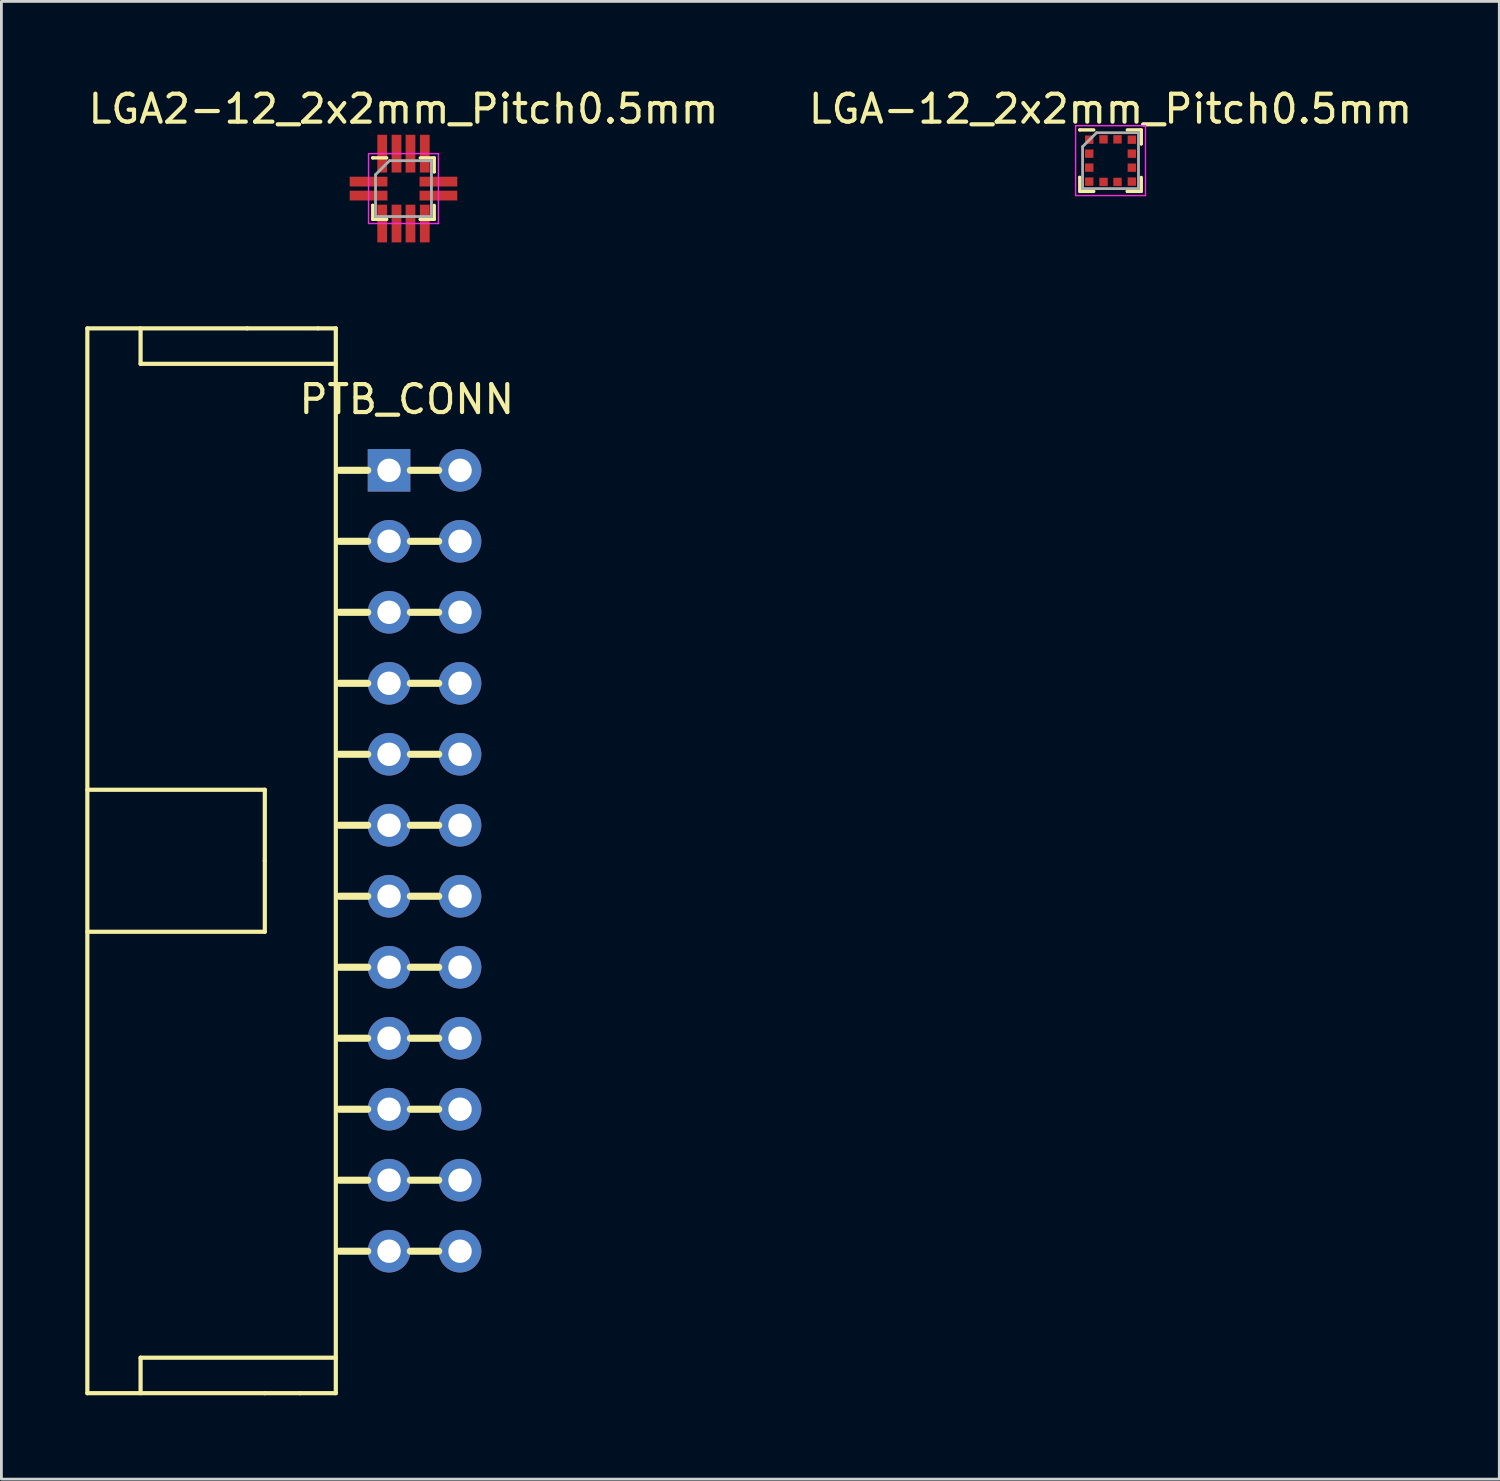
<source format=kicad_pcb>
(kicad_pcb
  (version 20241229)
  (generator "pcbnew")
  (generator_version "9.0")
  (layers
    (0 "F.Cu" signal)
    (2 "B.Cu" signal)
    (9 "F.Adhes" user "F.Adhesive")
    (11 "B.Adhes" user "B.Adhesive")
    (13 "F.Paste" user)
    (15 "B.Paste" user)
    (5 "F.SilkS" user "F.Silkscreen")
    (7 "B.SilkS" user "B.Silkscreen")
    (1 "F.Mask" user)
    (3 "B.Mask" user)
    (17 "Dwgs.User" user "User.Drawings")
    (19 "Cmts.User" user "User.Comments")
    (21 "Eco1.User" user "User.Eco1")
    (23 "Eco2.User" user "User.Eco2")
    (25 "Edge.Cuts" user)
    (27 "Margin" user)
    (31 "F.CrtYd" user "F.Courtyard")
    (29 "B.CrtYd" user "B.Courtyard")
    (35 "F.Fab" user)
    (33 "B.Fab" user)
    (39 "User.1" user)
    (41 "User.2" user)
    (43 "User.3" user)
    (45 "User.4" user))
  (footprint "PTB_CONN"
    (layer "F.Cu")
    (at 13.41 13.778)
    (property "Reference" "PTB_CONN" (at -1.905 -2.54 0) (layer "F.SilkS") (effects (font (size 1 1) (thickness 0.15))))
    (attr through_hole)
    (fp_line (start -13.335 -5.08) (end -7.62 -5.08) (stroke (width 0.15) (type solid)) (layer "F.SilkS"))
    (fp_line (start -13.335 33.02) (end -13.335 -5.08) (stroke (width 0.15) (type solid)) (layer "F.SilkS"))
    (fp_line (start -11.43 -5.08) (end -11.43 -3.81) (stroke (width 0.15) (type solid)) (layer "F.SilkS"))
    (fp_line (start -11.43 -3.81) (end -4.445 -3.81) (stroke (width 0.15) (type solid)) (layer "F.SilkS"))
    (fp_line (start -11.43 31.75) (end -11.43 33.02) (stroke (width 0.15) (type solid)) (layer "F.SilkS"))
    (fp_line (start -6.985 11.43) (end -13.335 11.43) (stroke (width 0.15) (type solid)) (layer "F.SilkS"))
    (fp_line (start -6.985 13.97) (end -6.985 11.43) (stroke (width 0.15) (type solid)) (layer "F.SilkS"))
    (fp_line (start -6.985 13.97) (end -6.985 16.51) (stroke (width 0.15) (type solid)) (layer "F.SilkS"))
    (fp_line (start -6.985 16.51) (end -13.335 16.51) (stroke (width 0.15) (type solid)) (layer "F.SilkS"))
    (fp_line (start -6.985 33.02) (end -13.335 33.02) (stroke (width 0.15) (type solid)) (layer "F.SilkS"))
    (fp_line (start -6.985 33.02) (end -5.715 33.02) (stroke (width 0.15) (type solid)) (layer "F.SilkS"))
    (fp_line (start -5.08 -5.08) (end -7.62 -5.08) (stroke (width 0.15) (type solid)) (layer "F.SilkS"))
    (fp_line (start -5.08 -5.08) (end -4.445 -5.08) (stroke (width 0.15) (type solid)) (layer "F.SilkS"))
    (fp_line (start -4.445 -5.08) (end -4.445 33.02) (stroke (width 0.15) (type solid)) (layer "F.SilkS"))
    (fp_line (start -4.445 31.75) (end -11.43 31.75) (stroke (width 0.15) (type solid)) (layer "F.SilkS"))
    (fp_line (start -4.445 33.02) (end -5.715 33.02) (stroke (width 0.15) (type solid)) (layer "F.SilkS"))
    (fp_line (start -4.318 0) (end -3.302 0) (stroke (width 0.254) (type solid)) (layer "F.SilkS"))
    (fp_line (start -4.318 2.54) (end -3.302 2.54) (stroke (width 0.254) (type solid)) (layer "F.SilkS"))
    (fp_line (start -4.318 5.08) (end -3.302 5.08) (stroke (width 0.254) (type solid)) (layer "F.SilkS"))
    (fp_line (start -4.318 7.62) (end -3.302 7.62) (stroke (width 0.254) (type solid)) (layer "F.SilkS"))
    (fp_line (start -4.318 10.16) (end -3.302 10.16) (stroke (width 0.254) (type solid)) (layer "F.SilkS"))
    (fp_line (start -4.318 12.7) (end -3.302 12.7) (stroke (width 0.254) (type solid)) (layer "F.SilkS"))
    (fp_line (start -4.318 15.24) (end -3.302 15.24) (stroke (width 0.254) (type solid)) (layer "F.SilkS"))
    (fp_line (start -4.318 17.78) (end -3.302 17.78) (stroke (width 0.254) (type solid)) (layer "F.SilkS"))
    (fp_line (start -4.318 20.32) (end -3.302 20.32) (stroke (width 0.254) (type solid)) (layer "F.SilkS"))
    (fp_line (start -4.318 22.86) (end -3.302 22.86) (stroke (width 0.254) (type solid)) (layer "F.SilkS"))
    (fp_line (start -4.318 25.4) (end -3.302 25.4) (stroke (width 0.254) (type solid)) (layer "F.SilkS"))
    (fp_line (start -4.318 27.94) (end -3.302 27.94) (stroke (width 0.254) (type solid)) (layer "F.SilkS"))
    (fp_line (start -1.778 0) (end -0.762 0) (stroke (width 0.254) (type solid)) (layer "F.SilkS"))
    (fp_line (start -1.778 2.54) (end -0.762 2.54) (stroke (width 0.254) (type solid)) (layer "F.SilkS"))
    (fp_line (start -1.778 5.08) (end -0.762 5.08) (stroke (width 0.254) (type solid)) (layer "F.SilkS"))
    (fp_line (start -1.778 7.62) (end -0.762 7.62) (stroke (width 0.254) (type solid)) (layer "F.SilkS"))
    (fp_line (start -1.778 10.16) (end -0.762 10.16) (stroke (width 0.254) (type solid)) (layer "F.SilkS"))
    (fp_line (start -1.778 12.7) (end -0.762 12.7) (stroke (width 0.254) (type solid)) (layer "F.SilkS"))
    (fp_line (start -1.778 15.24) (end -0.762 15.24) (stroke (width 0.254) (type solid)) (layer "F.SilkS"))
    (fp_line (start -1.778 17.78) (end -0.762 17.78) (stroke (width 0.254) (type solid)) (layer "F.SilkS"))
    (fp_line (start -1.778 20.32) (end -0.762 20.32) (stroke (width 0.254) (type solid)) (layer "F.SilkS"))
    (fp_line (start -1.778 22.86) (end -0.762 22.86) (stroke (width 0.254) (type solid)) (layer "F.SilkS"))
    (fp_line (start -1.778 25.4) (end -0.762 25.4) (stroke (width 0.254) (type solid)) (layer "F.SilkS"))
    (fp_line (start -1.778 27.94) (end -0.762 27.94) (stroke (width 0.254) (type solid)) (layer "F.SilkS"))
    (pad "1" thru_hole rect (at -2.54 0) (size 1.524 1.524) (drill 0.838) (layers "*.Cu" "*.Mask"))
    (pad "2" thru_hole circle (at -2.54 2.54) (size 1.524 1.524) (drill 0.838) (layers "*.Cu" "*.Mask"))
    (pad "3" thru_hole circle (at -2.54 5.08) (size 1.524 1.524) (drill 0.838) (layers "*.Cu" "*.Mask"))
    (pad "4" thru_hole circle (at -2.54 7.62) (size 1.524 1.524) (drill 0.838) (layers "*.Cu" "*.Mask"))
    (pad "5" thru_hole circle (at -2.54 10.16) (size 1.524 1.524) (drill 0.838) (layers "*.Cu" "*.Mask"))
    (pad "6" thru_hole circle (at -2.54 12.7) (size 1.524 1.524) (drill 0.838) (layers "*.Cu" "*.Mask"))
    (pad "7" thru_hole circle (at -2.54 15.24) (size 1.524 1.524) (drill 0.838) (layers "*.Cu" "*.Mask"))
    (pad "8" thru_hole circle (at -2.54 17.78) (size 1.524 1.524) (drill 0.838) (layers "*.Cu" "*.Mask"))
    (pad "9" thru_hole circle (at -2.54 20.32) (size 1.524 1.524) (drill 0.838) (layers "*.Cu" "*.Mask"))
    (pad "10" thru_hole circle (at -2.54 22.86) (size 1.524 1.524) (drill 0.838) (layers "*.Cu" "*.Mask"))
    (pad "11" thru_hole circle (at -2.54 25.4) (size 1.524 1.524) (drill 0.838) (layers "*.Cu" "*.Mask"))
    (pad "12" thru_hole circle (at -2.54 27.94) (size 1.524 1.524) (drill 0.838) (layers "*.Cu" "*.Mask"))
    (pad "13" thru_hole circle (at 0 27.94) (size 1.524 1.524) (drill 0.838) (layers "*.Cu" "*.Mask"))
    (pad "14" thru_hole circle (at 0 25.4) (size 1.524 1.524) (drill 0.838) (layers "*.Cu" "*.Mask"))
    (pad "15" thru_hole circle (at 0 22.86) (size 1.524 1.524) (drill 0.838) (layers "*.Cu" "*.Mask"))
    (pad "16" thru_hole circle (at 0 20.32) (size 1.524 1.524) (drill 0.838) (layers "*.Cu" "*.Mask"))
    (pad "17" thru_hole circle (at 0 17.78) (size 1.524 1.524) (drill 0.838) (layers "*.Cu" "*.Mask"))
    (pad "18" thru_hole circle (at 0 15.24) (size 1.524 1.524) (drill 0.838) (layers "*.Cu" "*.Mask"))
    (pad "19" thru_hole circle (at 0 12.7) (size 1.524 1.524) (drill 0.838) (layers "*.Cu" "*.Mask"))
    (pad "20" thru_hole circle (at 0 10.16) (size 1.524 1.524) (drill 0.838) (layers "*.Cu" "*.Mask"))
    (pad "21" thru_hole circle (at 0 7.62) (size 1.524 1.524) (drill 0.838) (layers "*.Cu" "*.Mask"))
    (pad "22" thru_hole circle (at 0 5.08) (size 1.524 1.524) (drill 0.838) (layers "*.Cu" "*.Mask"))
    (pad "23" thru_hole circle (at 0 2.54) (size 1.524 1.524) (drill 0.838) (layers "*.Cu" "*.Mask"))
    (pad "24" thru_hole circle (at 0 0) (size 1.524 1.524) (drill 0.838) (layers "*.Cu" "*.Mask")))
  (footprint "LGA2-12_2x2mm_Pitch0.5mm"
    (layer "F.Cu")
    (at 11.387 3.698)
    (property "Reference" "LGA2-12_2x2mm_Pitch0.5mm" (at 0 -2.85 0) (layer "F.SilkS") (effects (font (size 1 1) (thickness 0.15))))
    (attr smd)
    (fp_line (start -1.1 -1.1) (end -1.1 -1.1) (stroke (width 0.12) (type solid)) (layer "F.SilkS"))
    (fp_line (start -1.1 0.6) (end -1.1 0.6) (stroke (width 0.12) (type solid)) (layer "F.SilkS"))
    (fp_line (start -1.1 1.1) (end -1.1 0.6) (stroke (width 0.12) (type solid)) (layer "F.SilkS"))
    (fp_line (start -0.6 -1.1) (end -1.1 -1.1) (stroke (width 0.12) (type solid)) (layer "F.SilkS"))
    (fp_line (start -0.6 1.1) (end -1.1 1.1) (stroke (width 0.12) (type solid)) (layer "F.SilkS"))
    (fp_line (start 0.6 -1.1) (end 1.1 -1.1) (stroke (width 0.12) (type solid)) (layer "F.SilkS"))
    (fp_line (start 0.6 1.1) (end 0.6 1.1) (stroke (width 0.12) (type solid)) (layer "F.SilkS"))
    (fp_line (start 1.1 -1.1) (end 1.1 -0.6) (stroke (width 0.12) (type solid)) (layer "F.SilkS"))
    (fp_line (start 1.1 -0.6) (end 1.1 -0.6) (stroke (width 0.12) (type solid)) (layer "F.SilkS"))
    (fp_line (start 1.1 0.6) (end 1.1 1.1) (stroke (width 0.12) (type solid)) (layer "F.SilkS"))
    (fp_line (start 1.1 1.1) (end 0.6 1.1) (stroke (width 0.12) (type solid)) (layer "F.SilkS"))
    (fp_line (start -1.25 -1.25) (end 1.25 -1.25) (stroke (width 0.05) (type solid)) (layer "F.CrtYd"))
    (fp_line (start -1.25 1.25) (end -1.25 -1.25) (stroke (width 0.05) (type solid)) (layer "F.CrtYd"))
    (fp_line (start 1.25 -1.25) (end 1.25 1.25) (stroke (width 0.05) (type solid)) (layer "F.CrtYd"))
    (fp_line (start 1.25 1.25) (end -1.25 1.25) (stroke (width 0.05) (type solid)) (layer "F.CrtYd"))
    (fp_line (start -1 -0.5) (end -0.5 -1) (stroke (width 0.1) (type solid)) (layer "F.Fab"))
    (fp_line (start -1 1) (end -1 -0.5) (stroke (width 0.1) (type solid)) (layer "F.Fab"))
    (fp_line (start -0.5 -1) (end 1 -1) (stroke (width 0.1) (type solid)) (layer "F.Fab"))
    (fp_line (start 1 -1) (end 1 1) (stroke (width 0.1) (type solid)) (layer "F.Fab"))
    (fp_line (start 1 1) (end -1 1) (stroke (width 0.1) (type solid)) (layer "F.Fab"))
    (pad "1" smd rect (at -0.762 -1.25) (size 0.35 1.35) (layers "F.Cu" "F.Mask" "F.Paste"))
    (pad "2" smd rect (at -1.25 -0.25) (size 1.35 0.35) (layers "F.Cu" "F.Mask" "F.Paste"))
    (pad "3" smd rect (at -1.25 0.25) (size 1.35 0.35) (layers "F.Cu" "F.Mask" "F.Paste"))
    (pad "4" smd rect (at -0.762 1.25) (size 0.35 1.35) (layers "F.Cu" "F.Mask" "F.Paste"))
    (pad "5" smd rect (at -0.25 1.25 90) (size 1.35 0.35) (layers "F.Cu" "F.Mask" "F.Paste"))
    (pad "6" smd rect (at 0.25 1.25 90) (size 1.35 0.35) (layers "F.Cu" "F.Mask" "F.Paste"))
    (pad "7" smd rect (at 0.762 1.25) (size 0.35 1.35) (layers "F.Cu" "F.Mask" "F.Paste"))
    (pad "8" smd rect (at 1.25 0.25) (size 1.35 0.35) (layers "F.Cu" "F.Mask" "F.Paste"))
    (pad "9" smd rect (at 1.25 -0.25) (size 1.35 0.35) (layers "F.Cu" "F.Mask" "F.Paste"))
    (pad "10" smd rect (at 0.762 -1.25) (size 0.35 1.35) (layers "F.Cu" "F.Mask" "F.Paste"))
    (pad "11" smd rect (at 0.25 -1.25 90) (size 1.35 0.35) (layers "F.Cu" "F.Mask" "F.Paste"))
    (pad "12" smd rect (at -0.25 -1.25 90) (size 1.35 0.35) (layers "F.Cu" "F.Mask" "F.Paste")))
  (footprint "LGA-12_2x2mm_Pitch0.5mm"
    (layer "F.Cu")
    (at 36.685 2.698)
    (property "Reference" "LGA-12_2x2mm_Pitch0.5mm" (at 0 -1.85 0) (layer "F.SilkS") (effects (font (size 1 1) (thickness 0.15))))
    (attr smd)
    (fp_line (start -1.1 -1.1) (end -1.1 -1.1) (stroke (width 0.12) (type solid)) (layer "F.SilkS"))
    (fp_line (start -1.1 0.6) (end -1.1 0.6) (stroke (width 0.12) (type solid)) (layer "F.SilkS"))
    (fp_line (start -1.1 1.1) (end -1.1 0.6) (stroke (width 0.12) (type solid)) (layer "F.SilkS"))
    (fp_line (start -0.6 -1.1) (end -1.1 -1.1) (stroke (width 0.12) (type solid)) (layer "F.SilkS"))
    (fp_line (start -0.6 1.1) (end -1.1 1.1) (stroke (width 0.12) (type solid)) (layer "F.SilkS"))
    (fp_line (start 0.6 -1.1) (end 1.1 -1.1) (stroke (width 0.12) (type solid)) (layer "F.SilkS"))
    (fp_line (start 0.6 1.1) (end 0.6 1.1) (stroke (width 0.12) (type solid)) (layer "F.SilkS"))
    (fp_line (start 1.1 -1.1) (end 1.1 -0.6) (stroke (width 0.12) (type solid)) (layer "F.SilkS"))
    (fp_line (start 1.1 -0.6) (end 1.1 -0.6) (stroke (width 0.12) (type solid)) (layer "F.SilkS"))
    (fp_line (start 1.1 0.6) (end 1.1 1.1) (stroke (width 0.12) (type solid)) (layer "F.SilkS"))
    (fp_line (start 1.1 1.1) (end 0.6 1.1) (stroke (width 0.12) (type solid)) (layer "F.SilkS"))
    (fp_line (start -1.25 -1.25) (end 1.25 -1.25) (stroke (width 0.05) (type solid)) (layer "F.CrtYd"))
    (fp_line (start -1.25 1.25) (end -1.25 -1.25) (stroke (width 0.05) (type solid)) (layer "F.CrtYd"))
    (fp_line (start 1.25 -1.25) (end 1.25 1.25) (stroke (width 0.05) (type solid)) (layer "F.CrtYd"))
    (fp_line (start 1.25 1.25) (end -1.25 1.25) (stroke (width 0.05) (type solid)) (layer "F.CrtYd"))
    (fp_line (start -1 -0.5) (end -0.5 -1) (stroke (width 0.1) (type solid)) (layer "F.Fab"))
    (fp_line (start -1 1) (end -1 -0.5) (stroke (width 0.1) (type solid)) (layer "F.Fab"))
    (fp_line (start -0.5 -1) (end 1 -1) (stroke (width 0.1) (type solid)) (layer "F.Fab"))
    (fp_line (start 1 -1) (end 1 1) (stroke (width 0.1) (type solid)) (layer "F.Fab"))
    (fp_line (start 1 1) (end -1 1) (stroke (width 0.1) (type solid)) (layer "F.Fab"))
    (pad "1" smd rect (at -0.762 -0.75) (size 0.3 0.3) (layers "F.Cu" "F.Mask" "F.Paste"))
    (pad "2" smd rect (at -0.762 -0.25) (size 0.3 0.3) (layers "F.Cu" "F.Mask" "F.Paste"))
    (pad "3" smd rect (at -0.762 0.25) (size 0.3 0.3) (layers "F.Cu" "F.Mask" "F.Paste"))
    (pad "4" smd rect (at -0.762 0.75) (size 0.3 0.3) (layers "F.Cu" "F.Mask" "F.Paste"))
    (pad "5" smd rect (at -0.25 0.762 90) (size 0.3 0.3) (layers "F.Cu" "F.Mask" "F.Paste"))
    (pad "6" smd rect (at 0.25 0.762 90) (size 0.3 0.3) (layers "F.Cu" "F.Mask" "F.Paste"))
    (pad "7" smd rect (at 0.762 0.75) (size 0.3 0.3) (layers "F.Cu" "F.Mask" "F.Paste"))
    (pad "8" smd rect (at 0.762 0.25) (size 0.3 0.3) (layers "F.Cu" "F.Mask" "F.Paste"))
    (pad "9" smd rect (at 0.762 -0.25) (size 0.3 0.3) (layers "F.Cu" "F.Mask" "F.Paste"))
    (pad "10" smd rect (at 0.762 -0.75) (size 0.3 0.3) (layers "F.Cu" "F.Mask" "F.Paste"))
    (pad "11" smd rect (at 0.25 -0.762 90) (size 0.3 0.3) (layers "F.Cu" "F.Mask" "F.Paste"))
    (pad "12" smd rect (at -0.25 -0.762 90) (size 0.3 0.3) (layers "F.Cu" "F.Mask" "F.Paste")))
  (gr_rect
    (start -3 -3)
    (end 50.595 49.873)
    (stroke (width 0.1) (type default))
    (fill no)
    (layer "Edge.Cuts")))
</source>
